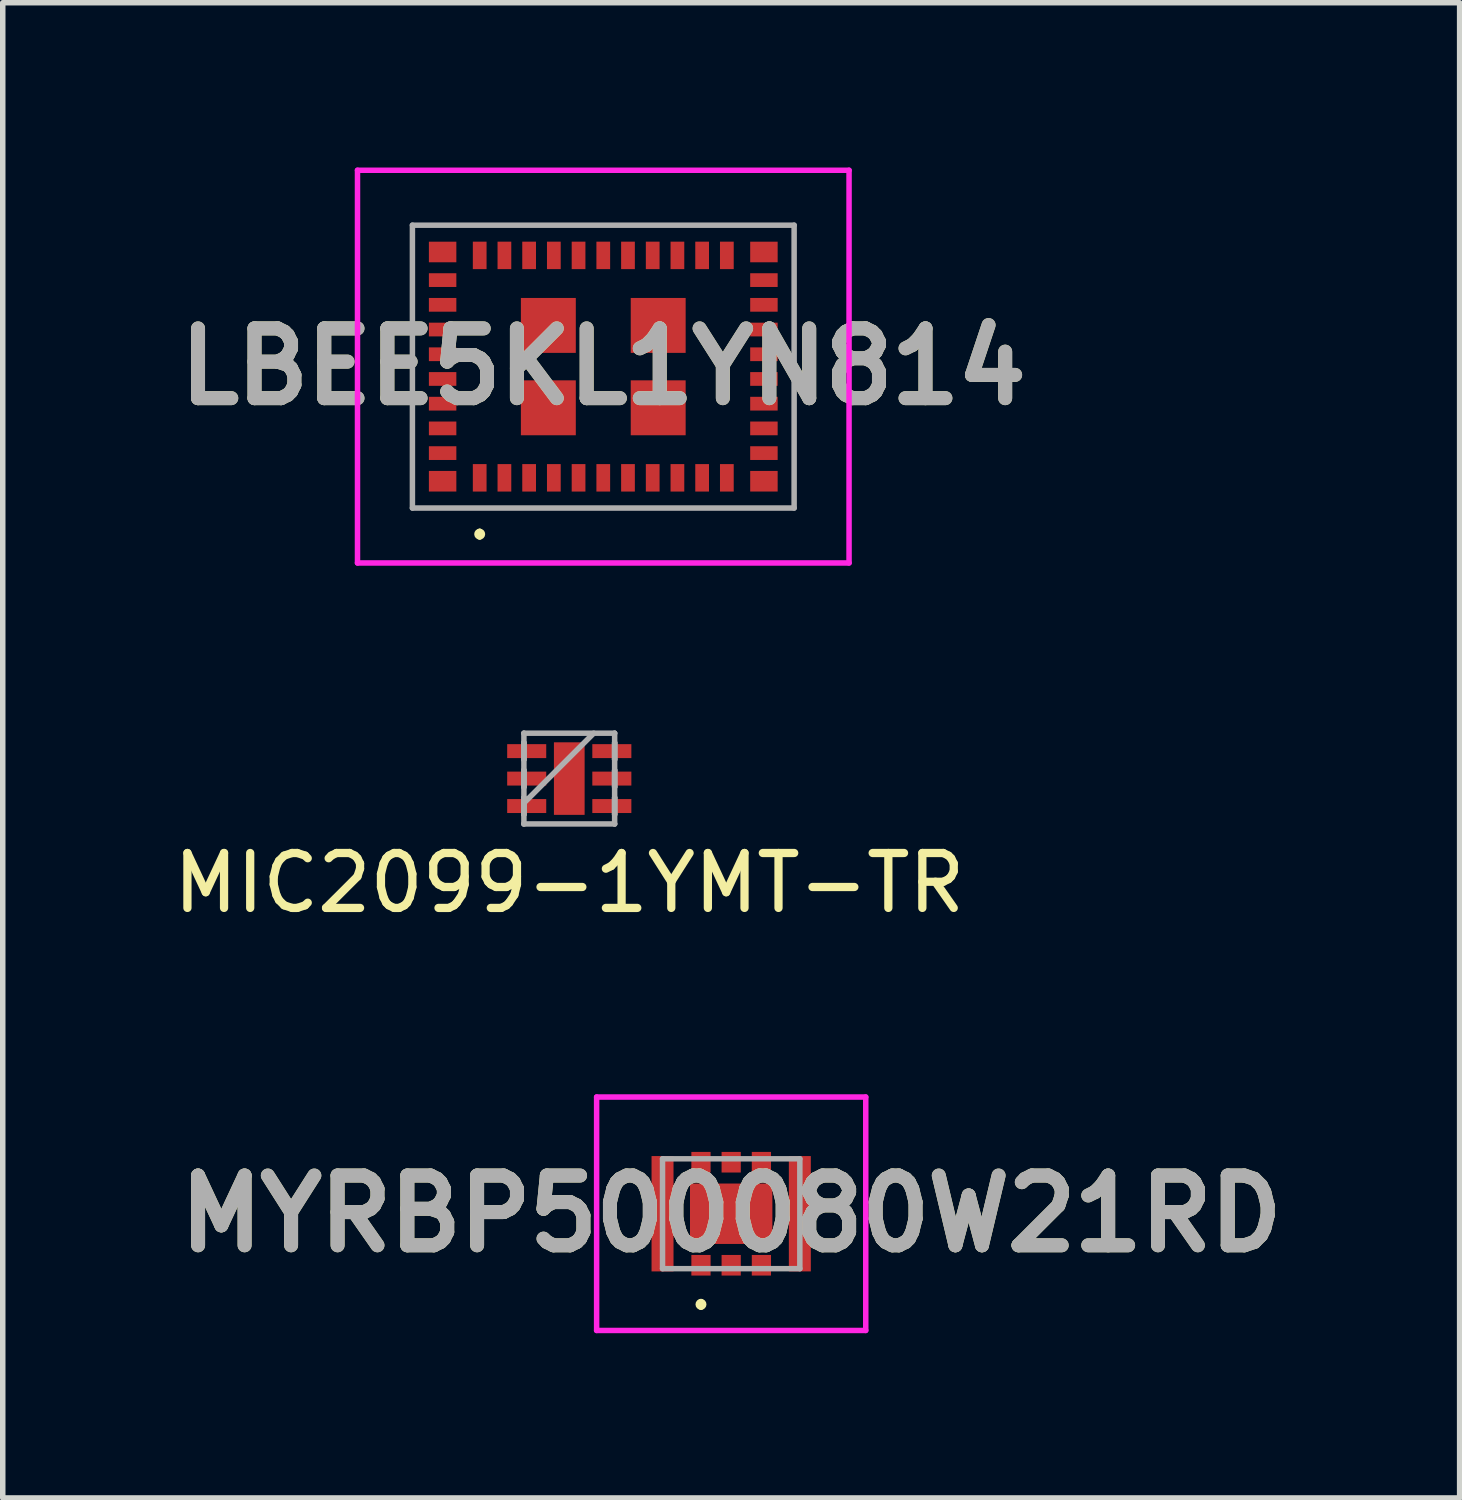
<source format=kicad_pcb>
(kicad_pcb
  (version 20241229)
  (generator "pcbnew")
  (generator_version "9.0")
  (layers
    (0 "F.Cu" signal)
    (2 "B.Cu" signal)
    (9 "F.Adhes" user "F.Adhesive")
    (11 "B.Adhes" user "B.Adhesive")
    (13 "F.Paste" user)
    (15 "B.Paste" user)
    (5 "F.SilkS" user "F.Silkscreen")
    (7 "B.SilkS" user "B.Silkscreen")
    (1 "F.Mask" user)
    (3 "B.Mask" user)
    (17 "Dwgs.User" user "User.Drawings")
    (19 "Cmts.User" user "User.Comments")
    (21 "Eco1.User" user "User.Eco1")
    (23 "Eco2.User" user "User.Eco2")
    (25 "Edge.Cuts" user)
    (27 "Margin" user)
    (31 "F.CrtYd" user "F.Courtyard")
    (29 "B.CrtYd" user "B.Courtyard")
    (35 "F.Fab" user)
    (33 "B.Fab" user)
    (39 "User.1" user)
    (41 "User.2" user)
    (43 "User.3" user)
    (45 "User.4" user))
  (footprint "MYRBP500080W21RD"
    (layer "F.Cu")
    (at 10.263 19.049)
    (property "Reference" "MYRBP500080W21RD" (at 0 0 0) (layer "F.SilkS") (effects (font (size 1.27 1.27) (thickness 0.254))))
    (attr smd)
    (fp_line (start -0.55 1.6) (end -0.55 1.6) (stroke (width 0.1) (type solid)) (layer "F.SilkS"))
    (fp_line (start -0.55 1.7) (end -0.55 1.7) (stroke (width 0.1) (type solid)) (layer "F.SilkS"))
    (fp_arc (start -0.55 1.6) (mid -0.5 1.65) (end -0.55 1.7) (stroke (width 0.1) (type solid)) (layer "F.SilkS"))
    (fp_arc (start -0.55 1.7) (mid -0.6 1.65) (end -0.55 1.6) (stroke (width 0.1) (type solid)) (layer "F.SilkS"))
    (fp_line (start -2.45 -2.125) (end 2.45 -2.125) (stroke (width 0.1) (type solid)) (layer "F.CrtYd"))
    (fp_line (start -2.45 2.125) (end -2.45 -2.125) (stroke (width 0.1) (type solid)) (layer "F.CrtYd"))
    (fp_line (start 2.45 -2.125) (end 2.45 2.125) (stroke (width 0.1) (type solid)) (layer "F.CrtYd"))
    (fp_line (start 2.45 2.125) (end -2.45 2.125) (stroke (width 0.1) (type solid)) (layer "F.CrtYd"))
    (fp_line (start -1.25 -1) (end 1.25 -1) (stroke (width 0.1) (type solid)) (layer "F.Fab"))
    (fp_line (start -1.25 1) (end -1.25 -1) (stroke (width 0.1) (type solid)) (layer "F.Fab"))
    (fp_line (start 1.25 -1) (end 1.25 1) (stroke (width 0.1) (type solid)) (layer "F.Fab"))
    (fp_line (start 1.25 1) (end -1.25 1) (stroke (width 0.1) (type solid)) (layer "F.Fab"))
    (fp_text user "${REFERENCE}" (at 0 0 0) (layer "F.Fab") (effects (font (size 1.27 1.27) (thickness 0.254))))
    (pad "1" smd rect (at -0.55 0.938) (size 0.35 0.375) (layers "F.Cu" "F.Mask" "F.Paste"))
    (pad "2" smd rect (at 0 0.938) (size 0.35 0.375) (layers "F.Cu" "F.Mask" "F.Paste"))
    (pad "3" smd rect (at 0.55 0.938) (size 0.35 0.375) (layers "F.Cu" "F.Mask" "F.Paste"))
    (pad "4" smd rect (at 0.55 -0.938) (size 0.35 0.375) (layers "F.Cu" "F.Mask" "F.Paste"))
    (pad "5" smd rect (at 0 -0.938) (size 0.35 0.375) (layers "F.Cu" "F.Mask" "F.Paste"))
    (pad "6" smd rect (at -0.55 -0.938) (size 0.35 0.375) (layers "F.Cu" "F.Mask" "F.Paste"))
    (pad "7" smd rect (at -1.25 0) (size 0.4 2.1) (layers "F.Cu" "F.Mask" "F.Paste"))
    (pad "8" smd rect (at 1.25 0) (size 0.4 2.1) (layers "F.Cu" "F.Mask" "F.Paste"))
    (pad "9" smd rect (at 0 0 90) (size 1.1 1.5) (layers "F.Cu" "F.Mask" "F.Paste")))
  (footprint "MIC2099-1YMT-TR"
    (layer "F.Cu")
    (at 7.315 11.126)
    (property "Reference" "MIC2099-1YMT-TR" (at 0 1.9 0) (layer "F.SilkS") (effects (font (size 1 1) (thickness 0.15))))
    (attr through_hole)
    (fp_line (start -0.826 -0.826) (end -0.826 -0.826) (stroke (width 0.1) (type solid)) (layer "F.Fab"))
    (fp_line (start -0.826 -0.826) (end -0.826 0.826) (stroke (width 0.1) (type solid)) (layer "F.Fab"))
    (fp_line (start -0.826 -0.652) (end -0.826 -0.652) (stroke (width 0.1) (type solid)) (layer "F.Fab"))
    (fp_line (start -0.826 -0.652) (end -0.826 -0.348) (stroke (width 0.1) (type solid)) (layer "F.Fab"))
    (fp_line (start -0.826 -0.348) (end -0.826 -0.652) (stroke (width 0.1) (type solid)) (layer "F.Fab"))
    (fp_line (start -0.826 -0.348) (end -0.826 -0.348) (stroke (width 0.1) (type solid)) (layer "F.Fab"))
    (fp_line (start -0.826 -0.152) (end -0.826 -0.152) (stroke (width 0.1) (type solid)) (layer "F.Fab"))
    (fp_line (start -0.826 -0.152) (end -0.826 0.152) (stroke (width 0.1) (type solid)) (layer "F.Fab"))
    (fp_line (start -0.826 0.152) (end -0.826 -0.152) (stroke (width 0.1) (type solid)) (layer "F.Fab"))
    (fp_line (start -0.826 0.152) (end -0.826 0.152) (stroke (width 0.1) (type solid)) (layer "F.Fab"))
    (fp_line (start -0.826 0.348) (end -0.826 0.348) (stroke (width 0.1) (type solid)) (layer "F.Fab"))
    (fp_line (start -0.826 0.348) (end -0.826 0.652) (stroke (width 0.1) (type solid)) (layer "F.Fab"))
    (fp_line (start -0.826 0.445) (end 0.445 -0.826) (stroke (width 0.1) (type solid)) (layer "F.Fab"))
    (fp_line (start -0.826 0.652) (end -0.826 0.348) (stroke (width 0.1) (type solid)) (layer "F.Fab"))
    (fp_line (start -0.826 0.652) (end -0.826 0.652) (stroke (width 0.1) (type solid)) (layer "F.Fab"))
    (fp_line (start -0.826 0.826) (end -0.826 0.826) (stroke (width 0.1) (type solid)) (layer "F.Fab"))
    (fp_line (start -0.826 0.826) (end 0.826 0.826) (stroke (width 0.1) (type solid)) (layer "F.Fab"))
    (fp_line (start 0.826 -0.826) (end -0.826 -0.826) (stroke (width 0.1) (type solid)) (layer "F.Fab"))
    (fp_line (start 0.826 -0.826) (end 0.826 -0.826) (stroke (width 0.1) (type solid)) (layer "F.Fab"))
    (fp_line (start 0.826 -0.652) (end 0.826 -0.652) (stroke (width 0.1) (type solid)) (layer "F.Fab"))
    (fp_line (start 0.826 -0.652) (end 0.826 -0.348) (stroke (width 0.1) (type solid)) (layer "F.Fab"))
    (fp_line (start 0.826 -0.348) (end 0.826 -0.652) (stroke (width 0.1) (type solid)) (layer "F.Fab"))
    (fp_line (start 0.826 -0.348) (end 0.826 -0.348) (stroke (width 0.1) (type solid)) (layer "F.Fab"))
    (fp_line (start 0.826 -0.152) (end 0.826 -0.152) (stroke (width 0.1) (type solid)) (layer "F.Fab"))
    (fp_line (start 0.826 -0.152) (end 0.826 0.152) (stroke (width 0.1) (type solid)) (layer "F.Fab"))
    (fp_line (start 0.826 0.152) (end 0.826 -0.152) (stroke (width 0.1) (type solid)) (layer "F.Fab"))
    (fp_line (start 0.826 0.152) (end 0.826 0.152) (stroke (width 0.1) (type solid)) (layer "F.Fab"))
    (fp_line (start 0.826 0.348) (end 0.826 0.348) (stroke (width 0.1) (type solid)) (layer "F.Fab"))
    (fp_line (start 0.826 0.348) (end 0.826 0.652) (stroke (width 0.1) (type solid)) (layer "F.Fab"))
    (fp_line (start 0.826 0.652) (end 0.826 0.348) (stroke (width 0.1) (type solid)) (layer "F.Fab"))
    (fp_line (start 0.826 0.652) (end 0.826 0.652) (stroke (width 0.1) (type solid)) (layer "F.Fab"))
    (fp_line (start 0.826 0.826) (end 0.826 -0.826) (stroke (width 0.1) (type solid)) (layer "F.Fab"))
    (fp_line (start 0.826 0.826) (end 0.826 0.826) (stroke (width 0.1) (type solid)) (layer "F.Fab"))
    (pad "1" smd rect (at -0.775 -0.5 90) (size 0.254 0.711) (layers "F.Cu" "F.Mask" "F.Paste"))
    (pad "2" smd rect (at -0.775 0 90) (size 0.254 0.711) (layers "F.Cu" "F.Mask" "F.Paste"))
    (pad "3" smd rect (at -0.775 0.5 90) (size 0.254 0.711) (layers "F.Cu" "F.Mask" "F.Paste"))
    (pad "4" smd rect (at 0.775 0.5 90) (size 0.254 0.711) (layers "F.Cu" "F.Mask" "F.Paste"))
    (pad "5" smd rect (at 0.775 0 90) (size 0.254 0.711) (layers "F.Cu" "F.Mask" "F.Paste"))
    (pad "6" smd rect (at 0.775 -0.5 90) (size 0.254 0.711) (layers "F.Cu" "F.Mask" "F.Paste"))
    (pad "7" smd rect (at 0 0) (size 0.559 1.321) (layers "F.Cu" "F.Mask" "F.Paste")))
  (footprint "LBEE5KL1YN814"
    (layer "F.Cu")
    (at 7.934 3.625)
    (property "Reference" "LBEE5KL1YN814" (at 0 0 0) (layer "F.SilkS") (effects (font (size 1.27 1.27) (thickness 0.254))))
    (attr smd)
    (fp_line (start -2.25 3) (end -2.25 3) (stroke (width 0.1) (type solid)) (layer "F.SilkS"))
    (fp_line (start -2.25 3.1) (end -2.25 3.1) (stroke (width 0.1) (type solid)) (layer "F.SilkS"))
    (fp_arc (start -2.25 3) (mid -2.2 3.05) (end -2.25 3.1) (stroke (width 0.1) (type solid)) (layer "F.SilkS"))
    (fp_arc (start -2.25 3.1) (mid -2.3 3.05) (end -2.25 3) (stroke (width 0.1) (type solid)) (layer "F.SilkS"))
    (fp_line (start -4.475 -3.575) (end 4.475 -3.575) (stroke (width 0.1) (type solid)) (layer "F.CrtYd"))
    (fp_line (start -4.475 3.575) (end -4.475 -3.575) (stroke (width 0.1) (type solid)) (layer "F.CrtYd"))
    (fp_line (start 4.475 -3.575) (end 4.475 3.575) (stroke (width 0.1) (type solid)) (layer "F.CrtYd"))
    (fp_line (start 4.475 3.575) (end -4.475 3.575) (stroke (width 0.1) (type solid)) (layer "F.CrtYd"))
    (fp_line (start -3.475 -2.575) (end 3.475 -2.575) (stroke (width 0.1) (type solid)) (layer "F.Fab"))
    (fp_line (start -3.475 2.575) (end -3.475 -2.575) (stroke (width 0.1) (type solid)) (layer "F.Fab"))
    (fp_line (start 3.475 -2.575) (end 3.475 2.575) (stroke (width 0.1) (type solid)) (layer "F.Fab"))
    (fp_line (start 3.475 2.575) (end -3.475 2.575) (stroke (width 0.1) (type solid)) (layer "F.Fab"))
    (fp_text user "${REFERENCE}" (at 0 0 0) (layer "F.Fab") (effects (font (size 1.27 1.27) (thickness 0.254))))
    (pad "1" smd rect (at -2.25 2.025) (size 0.25 0.5) (layers "F.Cu" "F.Mask" "F.Paste"))
    (pad "2" smd rect (at -1.8 2.025) (size 0.25 0.5) (layers "F.Cu" "F.Mask" "F.Paste"))
    (pad "3" smd rect (at -1.35 2.025) (size 0.25 0.5) (layers "F.Cu" "F.Mask" "F.Paste"))
    (pad "4" smd rect (at -0.9 2.025) (size 0.25 0.5) (layers "F.Cu" "F.Mask" "F.Paste"))
    (pad "5" smd rect (at -0.45 2.025) (size 0.25 0.5) (layers "F.Cu" "F.Mask" "F.Paste"))
    (pad "6" smd rect (at 0 2.025) (size 0.25 0.5) (layers "F.Cu" "F.Mask" "F.Paste"))
    (pad "7" smd rect (at 0.45 2.025) (size 0.25 0.5) (layers "F.Cu" "F.Mask" "F.Paste"))
    (pad "8" smd rect (at 0.9 2.025) (size 0.25 0.5) (layers "F.Cu" "F.Mask" "F.Paste"))
    (pad "9" smd rect (at 1.35 2.025) (size 0.25 0.5) (layers "F.Cu" "F.Mask" "F.Paste"))
    (pad "10" smd rect (at 1.8 2.025) (size 0.25 0.5) (layers "F.Cu" "F.Mask" "F.Paste"))
    (pad "11" smd rect (at 2.25 2.025) (size 0.25 0.5) (layers "F.Cu" "F.Mask" "F.Paste"))
    (pad "12" smd rect (at 2.925 2.087 90) (size 0.375 0.5) (layers "F.Cu" "F.Mask" "F.Paste"))
    (pad "13" smd rect (at 2.925 1.575 90) (size 0.25 0.5) (layers "F.Cu" "F.Mask" "F.Paste"))
    (pad "14" smd rect (at 2.925 1.125 90) (size 0.25 0.5) (layers "F.Cu" "F.Mask" "F.Paste"))
    (pad "15" smd rect (at 2.925 0.675 90) (size 0.25 0.5) (layers "F.Cu" "F.Mask" "F.Paste"))
    (pad "16" smd rect (at 2.925 0.225 90) (size 0.25 0.5) (layers "F.Cu" "F.Mask" "F.Paste"))
    (pad "17" smd rect (at 2.925 -0.225 90) (size 0.25 0.5) (layers "F.Cu" "F.Mask" "F.Paste"))
    (pad "18" smd rect (at 2.925 -0.675 90) (size 0.25 0.5) (layers "F.Cu" "F.Mask" "F.Paste"))
    (pad "19" smd rect (at 2.925 -1.125 90) (size 0.25 0.5) (layers "F.Cu" "F.Mask" "F.Paste"))
    (pad "20" smd rect (at 2.925 -1.575 90) (size 0.25 0.5) (layers "F.Cu" "F.Mask" "F.Paste"))
    (pad "21" smd rect (at 2.925 -2.087 90) (size 0.375 0.5) (layers "F.Cu" "F.Mask" "F.Paste"))
    (pad "22" smd rect (at 2.25 -2.025) (size 0.25 0.5) (layers "F.Cu" "F.Mask" "F.Paste"))
    (pad "23" smd rect (at 1.8 -2.025) (size 0.25 0.5) (layers "F.Cu" "F.Mask" "F.Paste"))
    (pad "24" smd rect (at 1.35 -2.025) (size 0.25 0.5) (layers "F.Cu" "F.Mask" "F.Paste"))
    (pad "25" smd rect (at 0.9 -2.025) (size 0.25 0.5) (layers "F.Cu" "F.Mask" "F.Paste"))
    (pad "26" smd rect (at 0.45 -2.025) (size 0.25 0.5) (layers "F.Cu" "F.Mask" "F.Paste"))
    (pad "27" smd rect (at 0 -2.025) (size 0.25 0.5) (layers "F.Cu" "F.Mask" "F.Paste"))
    (pad "28" smd rect (at -0.45 -2.025) (size 0.25 0.5) (layers "F.Cu" "F.Mask" "F.Paste"))
    (pad "29" smd rect (at -0.9 -2.025) (size 0.25 0.5) (layers "F.Cu" "F.Mask" "F.Paste"))
    (pad "30" smd rect (at -1.35 -2.025) (size 0.25 0.5) (layers "F.Cu" "F.Mask" "F.Paste"))
    (pad "31" smd rect (at -1.8 -2.025) (size 0.25 0.5) (layers "F.Cu" "F.Mask" "F.Paste"))
    (pad "32" smd rect (at -2.25 -2.025) (size 0.25 0.5) (layers "F.Cu" "F.Mask" "F.Paste"))
    (pad "33" smd rect (at -2.925 -2.087 90) (size 0.375 0.5) (layers "F.Cu" "F.Mask" "F.Paste"))
    (pad "34" smd rect (at -2.925 -1.575 90) (size 0.25 0.5) (layers "F.Cu" "F.Mask" "F.Paste"))
    (pad "35" smd rect (at -2.925 -1.125 90) (size 0.25 0.5) (layers "F.Cu" "F.Mask" "F.Paste"))
    (pad "36" smd rect (at -2.925 -0.675 90) (size 0.25 0.5) (layers "F.Cu" "F.Mask" "F.Paste"))
    (pad "37" smd rect (at -2.925 -0.225 90) (size 0.25 0.5) (layers "F.Cu" "F.Mask" "F.Paste"))
    (pad "38" smd rect (at -2.925 0.225 90) (size 0.25 0.5) (layers "F.Cu" "F.Mask" "F.Paste"))
    (pad "39" smd rect (at -2.925 0.675 90) (size 0.25 0.5) (layers "F.Cu" "F.Mask" "F.Paste"))
    (pad "40" smd rect (at -2.925 1.125 90) (size 0.25 0.5) (layers "F.Cu" "F.Mask" "F.Paste"))
    (pad "41" smd rect (at -2.925 1.575 90) (size 0.25 0.5) (layers "F.Cu" "F.Mask" "F.Paste"))
    (pad "42" smd rect (at -2.925 2.087 90) (size 0.375 0.5) (layers "F.Cu" "F.Mask" "F.Paste"))
    (pad "43" smd rect (at -1 0.75 90) (size 1 1) (layers "F.Cu" "F.Mask" "F.Paste"))
    (pad "44" smd rect (at 1 0.75 90) (size 1 1) (layers "F.Cu" "F.Mask" "F.Paste"))
    (pad "45" smd rect (at -1 -0.75 90) (size 1 1) (layers "F.Cu" "F.Mask" "F.Paste"))
    (pad "46" smd rect (at 1 -0.75 90) (size 1 1) (layers "F.Cu" "F.Mask" "F.Paste")))
  (gr_rect
    (start -3 -3)
    (end 23.526 24.224)
    (stroke (width 0.1) (type default))
    (fill no)
    (layer "Edge.Cuts")))
</source>
